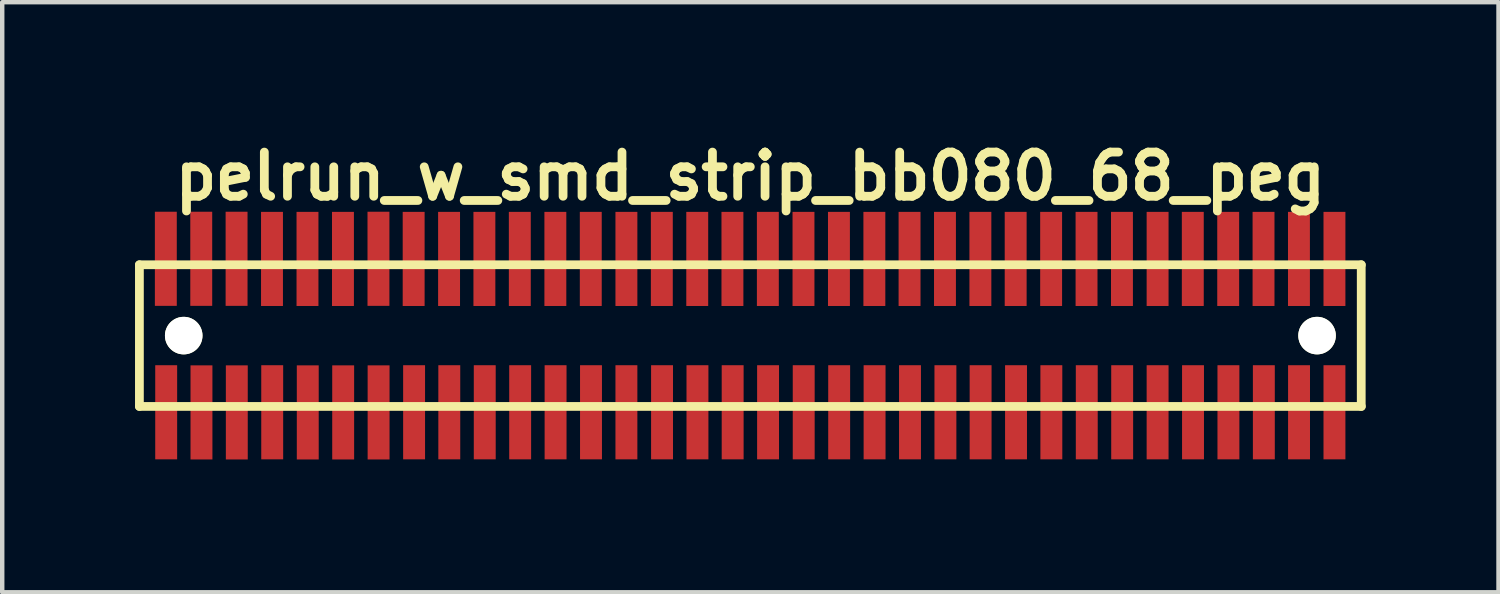
<source format=kicad_pcb>
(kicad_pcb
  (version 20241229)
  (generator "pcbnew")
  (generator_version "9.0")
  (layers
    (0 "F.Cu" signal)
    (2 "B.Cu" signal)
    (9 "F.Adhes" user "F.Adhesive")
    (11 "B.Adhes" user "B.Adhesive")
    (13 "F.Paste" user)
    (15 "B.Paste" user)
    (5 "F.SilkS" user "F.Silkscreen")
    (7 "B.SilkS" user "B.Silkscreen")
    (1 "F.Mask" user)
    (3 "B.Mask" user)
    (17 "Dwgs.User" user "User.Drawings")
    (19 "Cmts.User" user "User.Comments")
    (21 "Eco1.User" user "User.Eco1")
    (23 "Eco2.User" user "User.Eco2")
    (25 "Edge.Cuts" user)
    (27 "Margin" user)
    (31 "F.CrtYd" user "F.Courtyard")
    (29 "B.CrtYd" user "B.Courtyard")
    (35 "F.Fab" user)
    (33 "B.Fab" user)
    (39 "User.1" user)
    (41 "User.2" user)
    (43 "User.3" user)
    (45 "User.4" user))
  (footprint "pelrun_w_smd_strip_bb080_68_peg"
    (layer "F.Cu")
    (at 13.899 4.531)
    (property "Reference" "pelrun_w_smd_strip_bb080_68_peg" (at 0 -3.599 0) (layer "F.SilkS") (effects (font (size 0.998 0.998) (thickness 0.198))))
    (attr through_hole)
    (fp_line (start -13.8 -1.6) (end -13.8 1.6) (stroke (width 0.198) (type solid)) (layer "F.SilkS"))
    (fp_line (start -13.8 1.6) (end 13.802 1.6) (stroke (width 0.198) (type solid)) (layer "F.SilkS"))
    (fp_line (start 13.8 1.6) (end 13.8 -1.6) (stroke (width 0.198) (type solid)) (layer "F.SilkS"))
    (fp_line (start 13.802 -1.6) (end -13.8 -1.6) (stroke (width 0.198) (type solid)) (layer "F.SilkS"))
    (pad "" np_thru_hole circle (at -12.799 0) (size 0.848 0.848) (drill 0.848) (layers "*.Cu" "*.Mask" "F.SilkS"))
    (pad "" np_thru_hole circle (at 12.802 0) (size 0.848 0.848) (drill 0.848) (layers "*.Cu" "*.Mask" "F.SilkS"))
    (pad "1" smd rect (at -13.195 1.732) (size 0.495 2.126) (layers "F.Cu" "F.Mask" "F.Paste"))
    (pad "2" smd rect (at -13.203 -1.735) (size 0.495 2.126) (layers "F.Cu" "F.Mask" "F.Paste"))
    (pad "3" smd rect (at -12.398 1.735) (size 0.495 2.126) (layers "F.Cu" "F.Mask" "F.Paste"))
    (pad "4" smd rect (at -12.403 -1.735) (size 0.495 2.126) (layers "F.Cu" "F.Mask" "F.Paste"))
    (pad "5" smd rect (at -11.6 1.735) (size 0.495 2.126) (layers "F.Cu" "F.Mask" "F.Paste"))
    (pad "6" smd rect (at -11.605 -1.735) (size 0.495 2.126) (layers "F.Cu" "F.Mask" "F.Paste"))
    (pad "7" smd rect (at -10.8 1.732) (size 0.495 2.126) (layers "F.Cu" "F.Mask" "F.Paste"))
    (pad "8" smd rect (at -10.805 -1.732) (size 0.495 2.126) (layers "F.Cu" "F.Mask" "F.Paste"))
    (pad "9" smd rect (at -9.997 1.735) (size 0.495 2.126) (layers "F.Cu" "F.Mask" "F.Paste"))
    (pad "10" smd rect (at -10.003 -1.732) (size 0.495 2.126) (layers "F.Cu" "F.Mask" "F.Paste"))
    (pad "11" smd rect (at -9.197 1.735) (size 0.495 2.126) (layers "F.Cu" "F.Mask" "F.Paste"))
    (pad "12" smd rect (at -9.202 -1.732) (size 0.495 2.126) (layers "F.Cu" "F.Mask" "F.Paste"))
    (pad "13" smd rect (at -8.397 1.735) (size 0.495 2.126) (layers "F.Cu" "F.Mask" "F.Paste"))
    (pad "14" smd rect (at -8.4 -1.735) (size 0.495 2.126) (layers "F.Cu" "F.Mask" "F.Paste"))
    (pad "15" smd rect (at -7.595 1.732) (size 0.495 2.126) (layers "F.Cu" "F.Mask" "F.Paste"))
    (pad "16" smd rect (at -7.605 -1.732) (size 0.495 2.126) (layers "F.Cu" "F.Mask" "F.Paste"))
    (pad "17" smd rect (at -6.8 1.732) (size 0.495 2.126) (layers "F.Cu" "F.Mask" "F.Paste"))
    (pad "18" smd rect (at -6.805 -1.732) (size 0.495 2.126) (layers "F.Cu" "F.Mask" "F.Paste"))
    (pad "19" smd rect (at -5.999 1.732) (size 0.495 2.126) (layers "F.Cu" "F.Mask" "F.Paste"))
    (pad "20" smd rect (at -6.007 -1.732) (size 0.495 2.126) (layers "F.Cu" "F.Mask" "F.Paste"))
    (pad "21" smd rect (at -5.199 1.732) (size 0.495 2.126) (layers "F.Cu" "F.Mask" "F.Paste"))
    (pad "22" smd rect (at -5.207 -1.732) (size 0.495 2.126) (layers "F.Cu" "F.Mask" "F.Paste"))
    (pad "23" smd rect (at -4.399 1.732) (size 0.495 2.126) (layers "F.Cu" "F.Mask" "F.Paste"))
    (pad "24" smd rect (at -4.404 -1.732) (size 0.495 2.126) (layers "F.Cu" "F.Mask" "F.Paste"))
    (pad "25" smd rect (at -3.599 1.732) (size 0.495 2.126) (layers "F.Cu" "F.Mask" "F.Paste"))
    (pad "26" smd rect (at -3.604 -1.732) (size 0.495 2.126) (layers "F.Cu" "F.Mask" "F.Paste"))
    (pad "27" smd rect (at -2.799 1.732) (size 0.495 2.126) (layers "F.Cu" "F.Mask" "F.Paste"))
    (pad "28" smd rect (at -2.799 -1.732) (size 0.495 2.126) (layers "F.Cu" "F.Mask" "F.Paste"))
    (pad "29" smd rect (at -1.994 1.732) (size 0.495 2.126) (layers "F.Cu" "F.Mask" "F.Paste"))
    (pad "30" smd rect (at -1.999 -1.732) (size 0.495 2.126) (layers "F.Cu" "F.Mask" "F.Paste"))
    (pad "31" smd rect (at -1.194 1.732) (size 0.495 2.126) (layers "F.Cu" "F.Mask" "F.Paste"))
    (pad "32" smd rect (at -1.199 -1.732) (size 0.495 2.126) (layers "F.Cu" "F.Mask" "F.Paste"))
    (pad "33" smd rect (at -0.399 1.732) (size 0.495 2.126) (layers "F.Cu" "F.Mask" "F.Paste"))
    (pad "34" smd rect (at -0.404 -1.732) (size 0.495 2.126) (layers "F.Cu" "F.Mask" "F.Paste"))
    (pad "35" smd rect (at 0.401 1.732) (size 0.495 2.126) (layers "F.Cu" "F.Mask" "F.Paste"))
    (pad "36" smd rect (at 0.396 -1.732) (size 0.495 2.126) (layers "F.Cu" "F.Mask" "F.Paste"))
    (pad "37" smd rect (at 1.206 1.732) (size 0.495 2.126) (layers "F.Cu" "F.Mask" "F.Paste"))
    (pad "38" smd rect (at 1.201 -1.732) (size 0.495 2.126) (layers "F.Cu" "F.Mask" "F.Paste"))
    (pad "39" smd rect (at 2.007 1.732) (size 0.495 2.126) (layers "F.Cu" "F.Mask" "F.Paste"))
    (pad "40" smd rect (at 2.002 -1.732) (size 0.495 2.126) (layers "F.Cu" "F.Mask" "F.Paste"))
    (pad "41" smd rect (at 2.807 1.732) (size 0.495 2.126) (layers "F.Cu" "F.Mask" "F.Paste"))
    (pad "42" smd rect (at 2.802 -1.732) (size 0.495 2.126) (layers "F.Cu" "F.Mask" "F.Paste"))
    (pad "43" smd rect (at 3.607 1.732) (size 0.495 2.126) (layers "F.Cu" "F.Mask" "F.Paste"))
    (pad "44" smd rect (at 3.597 -1.732) (size 0.495 2.126) (layers "F.Cu" "F.Mask" "F.Paste"))
    (pad "45" smd rect (at 4.407 1.732) (size 0.495 2.126) (layers "F.Cu" "F.Mask" "F.Paste"))
    (pad "46" smd rect (at 4.397 -1.732) (size 0.495 2.126) (layers "F.Cu" "F.Mask" "F.Paste"))
    (pad "47" smd rect (at 5.202 1.732) (size 0.495 2.126) (layers "F.Cu" "F.Mask" "F.Paste"))
    (pad "48" smd rect (at 5.197 -1.732) (size 0.495 2.126) (layers "F.Cu" "F.Mask" "F.Paste"))
    (pad "49" smd rect (at 6.002 1.732) (size 0.495 2.126) (layers "F.Cu" "F.Mask" "F.Paste"))
    (pad "50" smd rect (at 5.994 -1.732) (size 0.495 2.126) (layers "F.Cu" "F.Mask" "F.Paste"))
    (pad "51" smd rect (at 6.8 1.732) (size 0.495 2.126) (layers "F.Cu" "F.Mask" "F.Paste"))
    (pad "52" smd rect (at 6.795 -1.732) (size 0.495 2.126) (layers "F.Cu" "F.Mask" "F.Paste"))
    (pad "53" smd rect (at 7.6 1.732) (size 0.495 2.126) (layers "F.Cu" "F.Mask" "F.Paste"))
    (pad "54" smd rect (at 7.595 -1.732) (size 0.495 2.126) (layers "F.Cu" "F.Mask" "F.Paste"))
    (pad "55" smd rect (at 8.4 1.732) (size 0.495 2.126) (layers "F.Cu" "F.Mask" "F.Paste"))
    (pad "56" smd rect (at 8.395 -1.732) (size 0.495 2.126) (layers "F.Cu" "F.Mask" "F.Paste"))
    (pad "57" smd rect (at 9.2 1.732) (size 0.495 2.126) (layers "F.Cu" "F.Mask" "F.Paste"))
    (pad "58" smd rect (at 9.2 -1.732) (size 0.495 2.126) (layers "F.Cu" "F.Mask" "F.Paste"))
    (pad "59" smd rect (at 10 1.732) (size 0.495 2.126) (layers "F.Cu" "F.Mask" "F.Paste"))
    (pad "60" smd rect (at 9.995 -1.732) (size 0.495 2.126) (layers "F.Cu" "F.Mask" "F.Paste"))
    (pad "61" smd rect (at 10.8 1.732) (size 0.495 2.126) (layers "F.Cu" "F.Mask" "F.Paste"))
    (pad "62" smd rect (at 10.795 -1.732) (size 0.495 2.126) (layers "F.Cu" "F.Mask" "F.Paste"))
    (pad "63" smd rect (at 11.6 1.732) (size 0.495 2.126) (layers "F.Cu" "F.Mask" "F.Paste"))
    (pad "64" smd rect (at 11.593 -1.732) (size 0.495 2.126) (layers "F.Cu" "F.Mask" "F.Paste"))
    (pad "65" smd rect (at 12.395 1.732) (size 0.495 2.126) (layers "F.Cu" "F.Mask" "F.Paste"))
    (pad "66" smd rect (at 12.393 -1.732) (size 0.495 2.126) (layers "F.Cu" "F.Mask" "F.Paste"))
    (pad "67" smd rect (at 13.195 1.732) (size 0.495 2.126) (layers "F.Cu" "F.Mask" "F.Paste"))
    (pad "68" smd rect (at 13.195 -1.732) (size 0.495 2.126) (layers "F.Cu" "F.Mask" "F.Paste")))
  (gr_rect
    (start -3 -3)
    (end 30.8 10.329)
    (stroke (width 0.1) (type default))
    (fill no)
    (layer "Edge.Cuts")))
</source>
